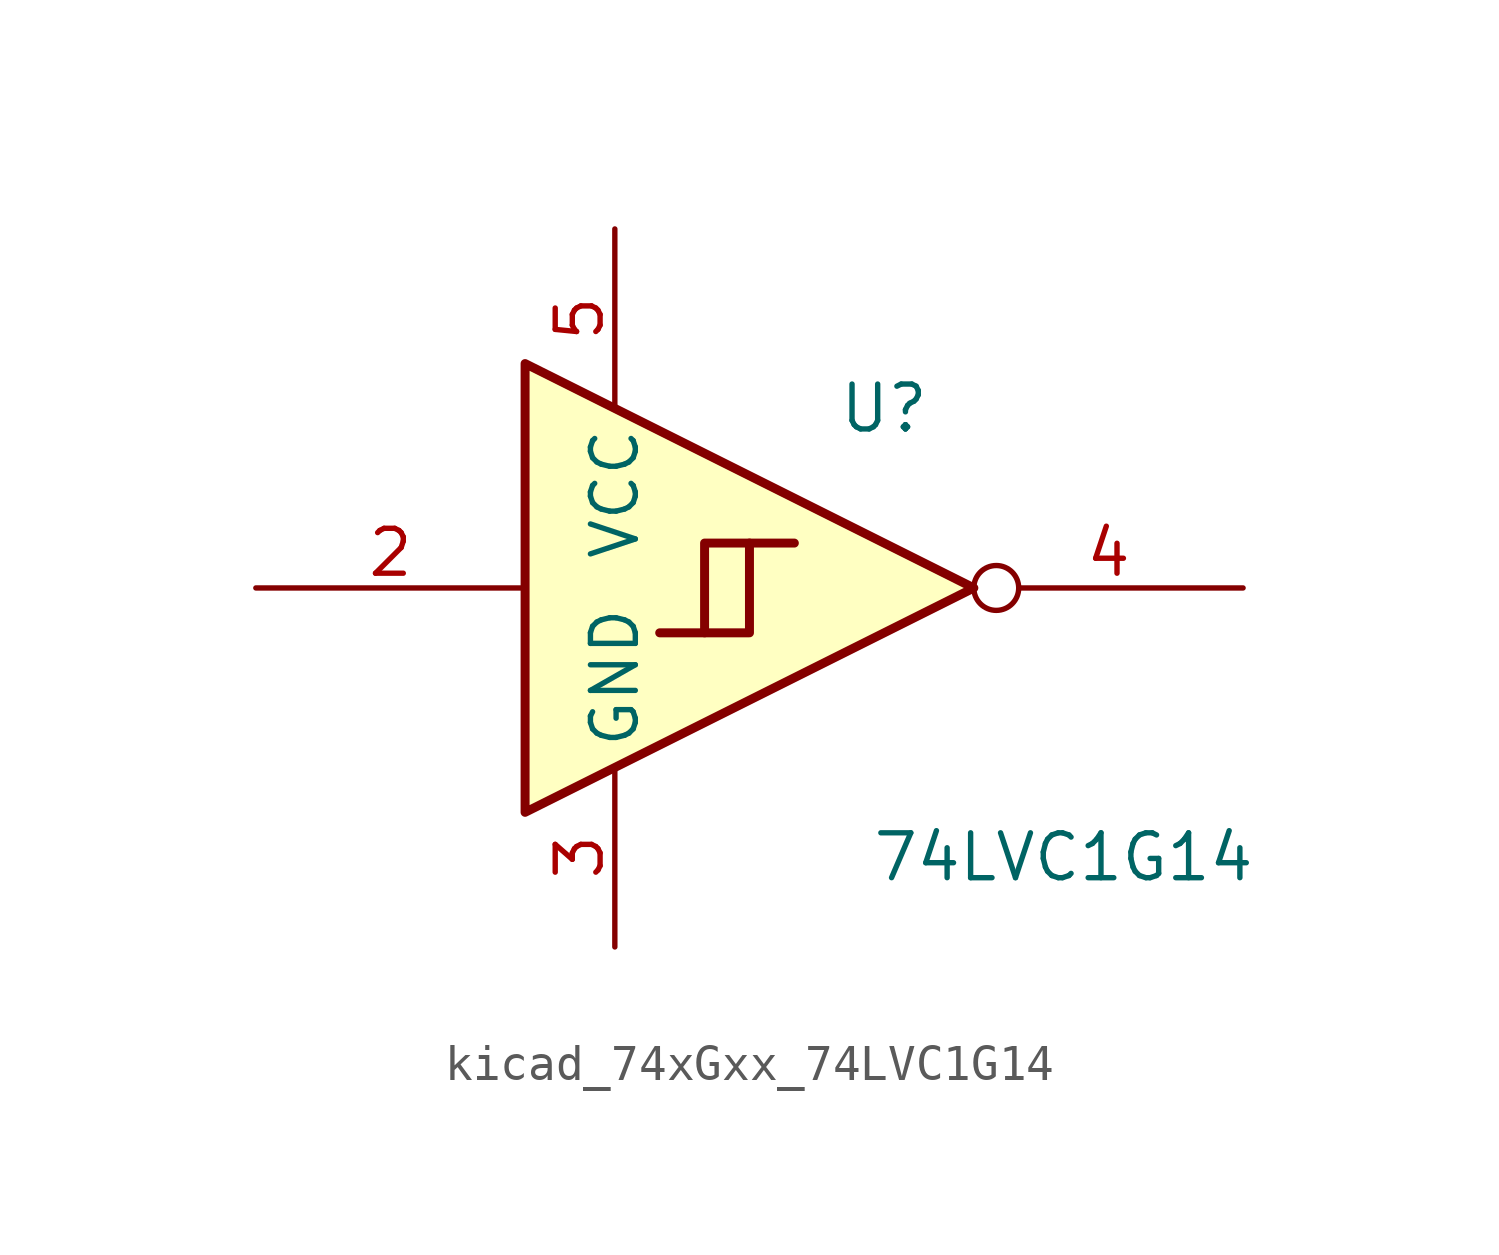
<source format=kicad_sym>
(kicad_symbol_lib
  (version 20220914)
  (generator kicad_symbol_editor)
  (symbol "kicad_74xGxx_74LVC1G14"
    (property "Reference" "U"
      (at 2.54 5.08 0)
      (effects (font (size 1.27 1.27))))
    (property "Value" "74LVC1G14"
      (at 7.62 -7.62 0)
      (effects (font (size 1.27 1.27))))
    (symbol "kicad_74xGxx_74LVC1G14_0_1"
      (polyline (pts (xy -2.54 -1.27) (xy -1.27 -1.27) (xy -1.27 1.27)) (stroke (width 0.254) (type default)) (fill (type background)))
      (polyline (pts (xy -7.62 6.35) (xy -7.62 -6.35) (xy 5.08 0) (xy -7.62 6.35)) (stroke (width 0.254) (type default)) (fill (type background)))
      (polyline (pts (xy -3.81 -1.27) (xy -2.54 -1.27) (xy -2.54 1.27) (xy 0 1.27)) (stroke (width 0.254) (type default)) (fill (type background))))
    (symbol "kicad_74xGxx_74LVC1G14_1_1"
      (pin input line (at -15.24 0 0) (length 7.62) (name "~" (effects (font (size 1.27 1.27)))) (number "2" (effects (font (size 1.27 1.27)))))
      (pin power_in line (at -5.08 -10.16 90) (length 5.08) (name "GND" (effects (font (size 1.27 1.27)))) (number "3" (effects (font (size 1.27 1.27)))))
      (pin output inverted (at 12.7 0 180) (length 7.62) (name "~" (effects (font (size 1.27 1.27)))) (number "4" (effects (font (size 1.27 1.27)))))
      (pin power_in line (at -5.08 10.16 270) (length 5.08) (name "VCC" (effects (font (size 1.27 1.27)))) (number "5" (effects (font (size 1.27 1.27))))))))
</source>
